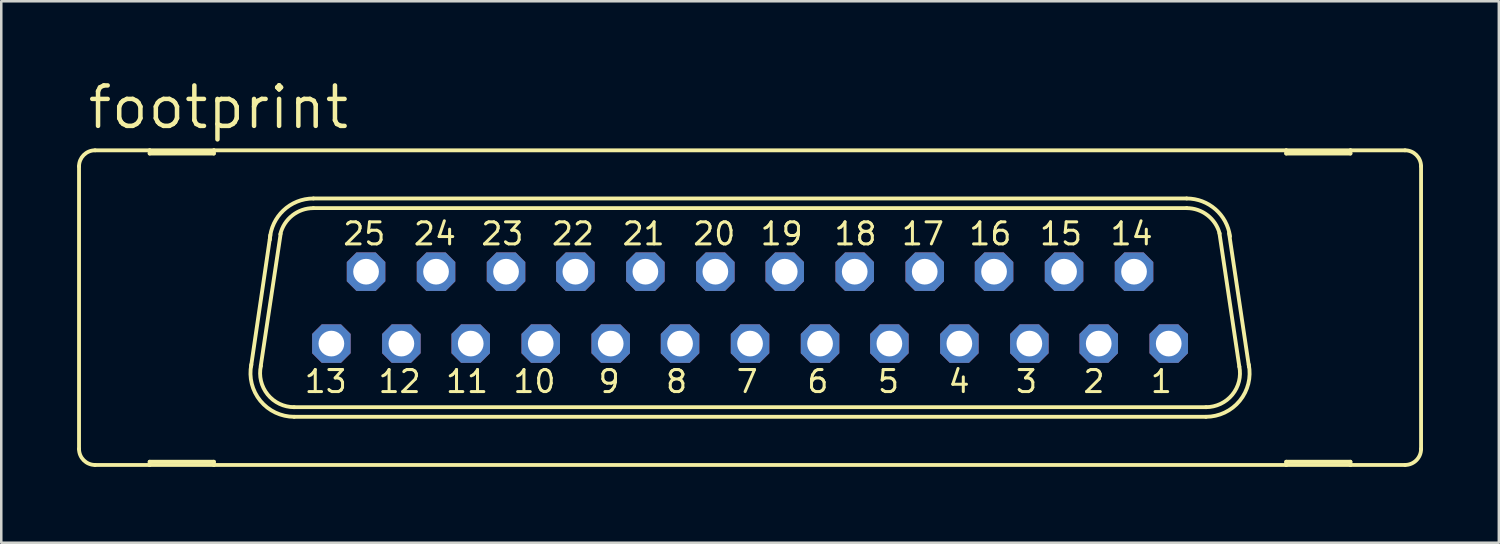
<source format=kicad_pcb>
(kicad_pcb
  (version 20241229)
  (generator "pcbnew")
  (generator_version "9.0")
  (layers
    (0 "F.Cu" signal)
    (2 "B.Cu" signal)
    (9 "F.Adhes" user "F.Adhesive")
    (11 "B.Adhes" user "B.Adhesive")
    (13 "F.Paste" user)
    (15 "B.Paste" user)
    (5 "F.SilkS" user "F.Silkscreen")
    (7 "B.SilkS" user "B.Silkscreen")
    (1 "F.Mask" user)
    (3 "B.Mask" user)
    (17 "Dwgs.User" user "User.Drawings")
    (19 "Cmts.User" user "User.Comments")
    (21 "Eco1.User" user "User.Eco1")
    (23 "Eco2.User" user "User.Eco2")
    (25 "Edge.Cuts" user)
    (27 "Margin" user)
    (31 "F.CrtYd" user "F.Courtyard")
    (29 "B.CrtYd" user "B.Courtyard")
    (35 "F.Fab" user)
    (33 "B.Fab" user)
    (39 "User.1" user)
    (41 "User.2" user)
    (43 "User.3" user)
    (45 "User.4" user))
  (footprint "footprint"
    (layer "F.Cu")
    (at 26.619 9.119)
    (property "Reference" "footprint" (at -26.289 -6.985 0) (layer "F.SilkS") (effects (font (size 1.6 1.6) (thickness 0.178)) (justify left bottom)))
    (fp_line (start -26.543 5.588) (end -26.543 -5.588) (stroke (width 0.152) (type solid)) (layer "F.SilkS"))
    (fp_line (start -25.908 6.223) (end -23.749 6.223) (stroke (width 0.152) (type solid)) (layer "F.SilkS"))
    (fp_line (start -23.749 -6.223) (end -25.908 -6.223) (stroke (width 0.152) (type solid)) (layer "F.SilkS"))
    (fp_line (start -23.749 -6.096) (end -23.749 -6.223) (stroke (width 0.152) (type solid)) (layer "F.SilkS"))
    (fp_line (start -23.749 6.096) (end -23.749 6.223) (stroke (width 0.152) (type solid)) (layer "F.SilkS"))
    (fp_line (start -23.749 6.223) (end -21.209 6.223) (stroke (width 0.152) (type solid)) (layer "F.SilkS"))
    (fp_line (start -21.209 -6.223) (end -23.749 -6.223) (stroke (width 0.152) (type solid)) (layer "F.SilkS"))
    (fp_line (start -21.209 -6.223) (end -21.209 -6.096) (stroke (width 0.152) (type solid)) (layer "F.SilkS"))
    (fp_line (start -21.209 -6.096) (end -23.749 -6.096) (stroke (width 0.152) (type solid)) (layer "F.SilkS"))
    (fp_line (start -21.209 6.096) (end -23.749 6.096) (stroke (width 0.152) (type solid)) (layer "F.SilkS"))
    (fp_line (start -21.209 6.223) (end -21.209 6.096) (stroke (width 0.152) (type solid)) (layer "F.SilkS"))
    (fp_line (start -21.209 6.223) (end 21.209 6.223) (stroke (width 0.152) (type solid)) (layer "F.SilkS"))
    (fp_line (start -19.736 2.311) (end -18.974 -2.87) (stroke (width 0.152) (type solid)) (layer "F.SilkS"))
    (fp_line (start -19.355 2.311) (end -18.567 -2.921) (stroke (width 0.152) (type solid)) (layer "F.SilkS"))
    (fp_line (start 17.272 -4.318) (end -17.272 -4.318) (stroke (width 0.152) (type solid)) (layer "F.SilkS"))
    (fp_line (start 17.272 -3.937) (end -17.272 -3.937) (stroke (width 0.152) (type solid)) (layer "F.SilkS"))
    (fp_line (start 18.034 3.937) (end -18.034 3.937) (stroke (width 0.152) (type solid)) (layer "F.SilkS"))
    (fp_line (start 18.034 4.318) (end -18.034 4.318) (stroke (width 0.152) (type solid)) (layer "F.SilkS"))
    (fp_line (start 18.567 -2.946) (end 19.355 2.337) (stroke (width 0.152) (type solid)) (layer "F.SilkS"))
    (fp_line (start 18.948 -2.946) (end 19.736 2.337) (stroke (width 0.152) (type solid)) (layer "F.SilkS"))
    (fp_line (start 21.209 -6.223) (end -21.209 -6.223) (stroke (width 0.152) (type solid)) (layer "F.SilkS"))
    (fp_line (start 21.209 -6.096) (end 21.209 -6.223) (stroke (width 0.152) (type solid)) (layer "F.SilkS"))
    (fp_line (start 21.209 6.096) (end 21.209 6.223) (stroke (width 0.152) (type solid)) (layer "F.SilkS"))
    (fp_line (start 21.209 6.223) (end 23.749 6.223) (stroke (width 0.152) (type solid)) (layer "F.SilkS"))
    (fp_line (start 23.749 -6.223) (end 21.209 -6.223) (stroke (width 0.152) (type solid)) (layer "F.SilkS"))
    (fp_line (start 23.749 -6.223) (end 23.749 -6.096) (stroke (width 0.152) (type solid)) (layer "F.SilkS"))
    (fp_line (start 23.749 -6.096) (end 21.209 -6.096) (stroke (width 0.152) (type solid)) (layer "F.SilkS"))
    (fp_line (start 23.749 6.096) (end 21.209 6.096) (stroke (width 0.152) (type solid)) (layer "F.SilkS"))
    (fp_line (start 23.749 6.223) (end 23.749 6.096) (stroke (width 0.152) (type solid)) (layer "F.SilkS"))
    (fp_line (start 23.749 6.223) (end 25.908 6.223) (stroke (width 0.152) (type solid)) (layer "F.SilkS"))
    (fp_line (start 25.908 -6.223) (end 23.749 -6.223) (stroke (width 0.152) (type solid)) (layer "F.SilkS"))
    (fp_line (start 26.543 5.588) (end 26.543 -5.588) (stroke (width 0.152) (type solid)) (layer "F.SilkS"))
    (fp_arc (start -26.543 -5.588) (mid -26.357013 -6.037013) (end -25.908 -6.223) (stroke (width 0.1524) (type solid)) (layer "F.SilkS"))
    (fp_arc (start -25.908 6.223) (mid -26.357013 6.037013) (end -26.543 5.588) (stroke (width 0.1524) (type solid)) (layer "F.SilkS"))
    (fp_arc (start -18.9963 -2.6849) (mid -18.459366 -3.844828) (end -17.272 -4.318) (stroke (width 0.1524) (type solid)) (layer "F.SilkS"))
    (fp_arc (start -18.5807 -2.905) (mid -18.105255 -3.647874) (end -17.271999 -3.936999) (stroke (width 0.1524) (type solid)) (layer "F.SilkS"))
    (fp_arc (start -18.033998 3.937) (mid -19.082555 3.435185) (end -19.3495 2.3038) (stroke (width 0.1524) (type solid)) (layer "F.SilkS"))
    (fp_arc (start -18.033998 4.318) (mid -19.369811 3.685868) (end -19.728 2.2521) (stroke (width 0.1524) (type solid)) (layer "F.SilkS"))
    (fp_arc (start 17.272 -4.318) (mid 18.409711 -3.890311) (end 18.983999 -2.819099) (stroke (width 0.1524) (type solid)) (layer "F.SilkS"))
    (fp_arc (start 17.272 -3.937) (mid 18.0955 -3.655745) (end 18.5749 -2.9295) (stroke (width 0.1524) (type solid)) (layer "F.SilkS"))
    (fp_arc (start 19.3541 2.3268) (mid 19.075082 3.444284) (end 18.034 3.937) (stroke (width 0.1524) (type solid)) (layer "F.SilkS"))
    (fp_arc (start 19.727699 2.252098) (mid 19.369717 3.68584) (end 18.034 4.318) (stroke (width 0.1524) (type solid)) (layer "F.SilkS"))
    (fp_arc (start 25.908 -6.223) (mid 26.357013 -6.037013) (end 26.543 -5.588) (stroke (width 0.1524) (type solid)) (layer "F.SilkS"))
    (fp_arc (start 26.543 5.588) (mid 26.357013 6.037013) (end 25.908 6.223) (stroke (width 0.1524) (type solid)) (layer "F.SilkS"))
    (fp_circle (center -16.561 1.422) (end -16.307 1.422) (stroke (width 0.406) (type solid)) (fill no) (layer "F.Fab"))
    (fp_circle (center -15.189 -1.422) (end -14.935 -1.422) (stroke (width 0.406) (type solid)) (fill no) (layer "F.Fab"))
    (fp_circle (center -13.792 1.422) (end -13.538 1.422) (stroke (width 0.406) (type solid)) (fill no) (layer "F.Fab"))
    (fp_circle (center -12.421 -1.422) (end -12.167 -1.422) (stroke (width 0.406) (type solid)) (fill no) (layer "F.Fab"))
    (fp_circle (center -11.049 1.422) (end -10.795 1.422) (stroke (width 0.406) (type solid)) (fill no) (layer "F.Fab"))
    (fp_circle (center -9.652 -1.422) (end -9.398 -1.422) (stroke (width 0.406) (type solid)) (fill no) (layer "F.Fab"))
    (fp_circle (center -8.28 1.422) (end -8.026 1.422) (stroke (width 0.406) (type solid)) (fill no) (layer "F.Fab"))
    (fp_circle (center -6.909 -1.422) (end -6.655 -1.422) (stroke (width 0.406) (type solid)) (fill no) (layer "F.Fab"))
    (fp_circle (center -5.512 1.422) (end -5.258 1.422) (stroke (width 0.406) (type solid)) (fill no) (layer "F.Fab"))
    (fp_circle (center -4.14 -1.422) (end -3.886 -1.422) (stroke (width 0.406) (type solid)) (fill no) (layer "F.Fab"))
    (fp_circle (center -2.769 1.422) (end -2.515 1.422) (stroke (width 0.406) (type solid)) (fill no) (layer "F.Fab"))
    (fp_circle (center -1.372 -1.422) (end -1.118 -1.422) (stroke (width 0.406) (type solid)) (fill no) (layer "F.Fab"))
    (fp_circle (center 0 1.422) (end 0.254 1.422) (stroke (width 0.406) (type solid)) (fill no) (layer "F.Fab"))
    (fp_circle (center 1.372 -1.422) (end 1.626 -1.422) (stroke (width 0.406) (type solid)) (fill no) (layer "F.Fab"))
    (fp_circle (center 2.769 1.422) (end 3.023 1.422) (stroke (width 0.406) (type solid)) (fill no) (layer "F.Fab"))
    (fp_circle (center 4.14 -1.422) (end 4.394 -1.422) (stroke (width 0.406) (type solid)) (fill no) (layer "F.Fab"))
    (fp_circle (center 5.512 1.422) (end 5.766 1.422) (stroke (width 0.406) (type solid)) (fill no) (layer "F.Fab"))
    (fp_circle (center 6.909 -1.422) (end 7.163 -1.422) (stroke (width 0.406) (type solid)) (fill no) (layer "F.Fab"))
    (fp_circle (center 8.28 1.422) (end 8.534 1.422) (stroke (width 0.406) (type solid)) (fill no) (layer "F.Fab"))
    (fp_circle (center 9.652 -1.422) (end 9.906 -1.422) (stroke (width 0.406) (type solid)) (fill no) (layer "F.Fab"))
    (fp_circle (center 11.049 1.422) (end 11.303 1.422) (stroke (width 0.406) (type solid)) (fill no) (layer "F.Fab"))
    (fp_circle (center 12.421 -1.422) (end 12.675 -1.422) (stroke (width 0.406) (type solid)) (fill no) (layer "F.Fab"))
    (fp_circle (center 13.792 1.422) (end 14.046 1.422) (stroke (width 0.406) (type solid)) (fill no) (layer "F.Fab"))
    (fp_circle (center 15.189 -1.422) (end 15.443 -1.422) (stroke (width 0.406) (type solid)) (fill no) (layer "F.Fab"))
    (fp_circle (center 16.561 1.422) (end 16.815 1.422) (stroke (width 0.406) (type solid)) (fill no) (layer "F.Fab"))
    (fp_text user "4" (at 8.763 2.413 0) (layer "F.SilkS") (effects (font (size 0.872 0.872) (thickness 0.119)) (justify right top)))
    (fp_text user "12" (at -12.954 2.413 0) (layer "F.SilkS") (effects (font (size 0.872 0.872) (thickness 0.119)) (justify right top)))
    (fp_text user "20" (at -0.508 -3.429 0) (layer "F.SilkS") (effects (font (size 0.872 0.872) (thickness 0.119)) (justify right top)))
    (fp_text user "2" (at 14.097 2.413 0) (layer "F.SilkS") (effects (font (size 0.872 0.872) (thickness 0.119)) (justify right top)))
    (fp_text user "19" (at 2.159 -3.429 0) (layer "F.SilkS") (effects (font (size 0.872 0.872) (thickness 0.119)) (justify right top)))
    (fp_text user "22" (at -6.096 -3.429 0) (layer "F.SilkS") (effects (font (size 0.872 0.872) (thickness 0.119)) (justify right top)))
    (fp_text user "18" (at 5.08 -3.429 0) (layer "F.SilkS") (effects (font (size 0.872 0.872) (thickness 0.119)) (justify right top)))
    (fp_text user "8" (at -2.413 2.413 0) (layer "F.SilkS") (effects (font (size 0.872 0.872) (thickness 0.119)) (justify right top)))
    (fp_text user "6" (at 3.175 2.413 0) (layer "F.SilkS") (effects (font (size 0.872 0.872) (thickness 0.119)) (justify right top)))
    (fp_text user "11" (at -10.287 2.413 0) (layer "F.SilkS") (effects (font (size 0.872 0.872) (thickness 0.119)) (justify right top)))
    (fp_text user "9" (at -5.08 2.413 0) (layer "F.SilkS") (effects (font (size 0.872 0.872) (thickness 0.119)) (justify right top)))
    (fp_text user "21" (at -3.302 -3.429 0) (layer "F.SilkS") (effects (font (size 0.872 0.872) (thickness 0.119)) (justify right top)))
    (fp_text user "16" (at 10.414 -3.429 0) (layer "F.SilkS") (effects (font (size 0.872 0.872) (thickness 0.119)) (justify right top)))
    (fp_text user "17" (at 7.747 -3.429 0) (layer "F.SilkS") (effects (font (size 0.872 0.872) (thickness 0.119)) (justify right top)))
    (fp_text user "7" (at 0.381 2.413 0) (layer "F.SilkS") (effects (font (size 0.872 0.872) (thickness 0.119)) (justify right top)))
    (fp_text user "24" (at -11.557 -3.429 0) (layer "F.SilkS") (effects (font (size 0.872 0.872) (thickness 0.119)) (justify right top)))
    (fp_text user "13" (at -15.875 2.413 0) (layer "F.SilkS") (effects (font (size 0.872 0.872) (thickness 0.119)) (justify right top)))
    (fp_text user "3" (at 11.43 2.413 0) (layer "F.SilkS") (effects (font (size 0.872 0.872) (thickness 0.119)) (justify right top)))
    (fp_text user "23" (at -8.89 -3.429 0) (layer "F.SilkS") (effects (font (size 0.872 0.872) (thickness 0.119)) (justify right top)))
    (fp_text user "5" (at 5.969 2.413 0) (layer "F.SilkS") (effects (font (size 0.872 0.872) (thickness 0.119)) (justify right top)))
    (fp_text user "10" (at -7.62 2.413 0) (layer "F.SilkS") (effects (font (size 0.872 0.872) (thickness 0.119)) (justify right top)))
    (fp_text user "14" (at 16.002 -3.429 0) (layer "F.SilkS") (effects (font (size 0.872 0.872) (thickness 0.119)) (justify right top)))
    (fp_text user "1" (at 16.764 2.413 0) (layer "F.SilkS") (effects (font (size 0.872 0.872) (thickness 0.119)) (justify right top)))
    (fp_text user "25" (at -14.351 -3.429 0) (layer "F.SilkS") (effects (font (size 0.872 0.872) (thickness 0.119)) (justify right top)))
    (fp_text user "15" (at 13.208 -3.429 0) (layer "F.SilkS") (effects (font (size 0.872 0.872) (thickness 0.119)) (justify right top)))
    (pad "1" thru_hole roundrect (at 16.561 1.422) (size 1.524 1.524) (drill 1.016) (layers "*.Cu" "*.Mask") (roundrect_rratio 0.25) (chamfer_ratio 0.25) (chamfer top_left top_right bottom_left bottom_right))
    (pad "2" thru_hole roundrect (at 13.792 1.422) (size 1.524 1.524) (drill 1.016) (layers "*.Cu" "*.Mask") (roundrect_rratio 0.25) (chamfer_ratio 0.25) (chamfer top_left top_right bottom_left bottom_right))
    (pad "3" thru_hole roundrect (at 11.049 1.422) (size 1.524 1.524) (drill 1.016) (layers "*.Cu" "*.Mask") (roundrect_rratio 0.25) (chamfer_ratio 0.25) (chamfer top_left top_right bottom_left bottom_right))
    (pad "4" thru_hole roundrect (at 8.28 1.422) (size 1.524 1.524) (drill 1.016) (layers "*.Cu" "*.Mask") (roundrect_rratio 0.25) (chamfer_ratio 0.25) (chamfer top_left top_right bottom_left bottom_right))
    (pad "5" thru_hole roundrect (at 5.512 1.422) (size 1.524 1.524) (drill 1.016) (layers "*.Cu" "*.Mask") (roundrect_rratio 0.25) (chamfer_ratio 0.25) (chamfer top_left top_right bottom_left bottom_right))
    (pad "6" thru_hole roundrect (at 2.769 1.422) (size 1.524 1.524) (drill 1.016) (layers "*.Cu" "*.Mask") (roundrect_rratio 0.25) (chamfer_ratio 0.25) (chamfer top_left top_right bottom_left bottom_right))
    (pad "7" thru_hole roundrect (at 0 1.422) (size 1.524 1.524) (drill 1.016) (layers "*.Cu" "*.Mask") (roundrect_rratio 0.25) (chamfer_ratio 0.25) (chamfer top_left top_right bottom_left bottom_right))
    (pad "8" thru_hole roundrect (at -2.769 1.422) (size 1.524 1.524) (drill 1.016) (layers "*.Cu" "*.Mask") (roundrect_rratio 0.25) (chamfer_ratio 0.25) (chamfer top_left top_right bottom_left bottom_right))
    (pad "9" thru_hole roundrect (at -5.512 1.422) (size 1.524 1.524) (drill 1.016) (layers "*.Cu" "*.Mask") (roundrect_rratio 0.25) (chamfer_ratio 0.25) (chamfer top_left top_right bottom_left bottom_right))
    (pad "10" thru_hole roundrect (at -8.28 1.422) (size 1.524 1.524) (drill 1.016) (layers "*.Cu" "*.Mask") (roundrect_rratio 0.25) (chamfer_ratio 0.25) (chamfer top_left top_right bottom_left bottom_right))
    (pad "11" thru_hole roundrect (at -11.049 1.422) (size 1.524 1.524) (drill 1.016) (layers "*.Cu" "*.Mask") (roundrect_rratio 0.25) (chamfer_ratio 0.25) (chamfer top_left top_right bottom_left bottom_right))
    (pad "12" thru_hole roundrect (at -13.792 1.422) (size 1.524 1.524) (drill 1.016) (layers "*.Cu" "*.Mask") (roundrect_rratio 0.25) (chamfer_ratio 0.25) (chamfer top_left top_right bottom_left bottom_right))
    (pad "13" thru_hole roundrect (at -16.561 1.422) (size 1.524 1.524) (drill 1.016) (layers "*.Cu" "*.Mask") (roundrect_rratio 0.25) (chamfer_ratio 0.25) (chamfer top_left top_right bottom_left bottom_right))
    (pad "14" thru_hole roundrect (at 15.189 -1.422) (size 1.524 1.524) (drill 1.016) (layers "*.Cu" "*.Mask") (roundrect_rratio 0.25) (chamfer_ratio 0.25) (chamfer top_left top_right bottom_left bottom_right))
    (pad "15" thru_hole roundrect (at 12.421 -1.422) (size 1.524 1.524) (drill 1.016) (layers "*.Cu" "*.Mask") (roundrect_rratio 0.25) (chamfer_ratio 0.25) (chamfer top_left top_right bottom_left bottom_right))
    (pad "16" thru_hole roundrect (at 9.652 -1.422) (size 1.524 1.524) (drill 1.016) (layers "*.Cu" "*.Mask") (roundrect_rratio 0.25) (chamfer_ratio 0.25) (chamfer top_left top_right bottom_left bottom_right))
    (pad "17" thru_hole roundrect (at 6.909 -1.422) (size 1.524 1.524) (drill 1.016) (layers "*.Cu" "*.Mask") (roundrect_rratio 0.25) (chamfer_ratio 0.25) (chamfer top_left top_right bottom_left bottom_right))
    (pad "18" thru_hole roundrect (at 4.14 -1.422) (size 1.524 1.524) (drill 1.016) (layers "*.Cu" "*.Mask") (roundrect_rratio 0.25) (chamfer_ratio 0.25) (chamfer top_left top_right bottom_left bottom_right))
    (pad "19" thru_hole roundrect (at 1.372 -1.422) (size 1.524 1.524) (drill 1.016) (layers "*.Cu" "*.Mask") (roundrect_rratio 0.25) (chamfer_ratio 0.25) (chamfer top_left top_right bottom_left bottom_right))
    (pad "20" thru_hole roundrect (at -1.372 -1.422) (size 1.524 1.524) (drill 1.016) (layers "*.Cu" "*.Mask") (roundrect_rratio 0.25) (chamfer_ratio 0.25) (chamfer top_left top_right bottom_left bottom_right))
    (pad "21" thru_hole roundrect (at -4.14 -1.422) (size 1.524 1.524) (drill 1.016) (layers "*.Cu" "*.Mask") (roundrect_rratio 0.25) (chamfer_ratio 0.25) (chamfer top_left top_right bottom_left bottom_right))
    (pad "22" thru_hole roundrect (at -6.909 -1.422) (size 1.524 1.524) (drill 1.016) (layers "*.Cu" "*.Mask") (roundrect_rratio 0.25) (chamfer_ratio 0.25) (chamfer top_left top_right bottom_left bottom_right))
    (pad "23" thru_hole roundrect (at -9.652 -1.422) (size 1.524 1.524) (drill 1.016) (layers "*.Cu" "*.Mask") (roundrect_rratio 0.25) (chamfer_ratio 0.25) (chamfer top_left top_right bottom_left bottom_right))
    (pad "24" thru_hole roundrect (at -12.421 -1.422) (size 1.524 1.524) (drill 1.016) (layers "*.Cu" "*.Mask") (roundrect_rratio 0.25) (chamfer_ratio 0.25) (chamfer top_left top_right bottom_left bottom_right))
    (pad "25" thru_hole roundrect (at -15.189 -1.422) (size 1.524 1.524) (drill 1.016) (layers "*.Cu" "*.Mask") (roundrect_rratio 0.25) (chamfer_ratio 0.25) (chamfer top_left top_right bottom_left bottom_right)))
  (gr_rect
    (start -3 -3)
    (end 56.238 18.418)
    (stroke (width 0.1) (type default))
    (fill no)
    (layer "Edge.Cuts")))
</source>
